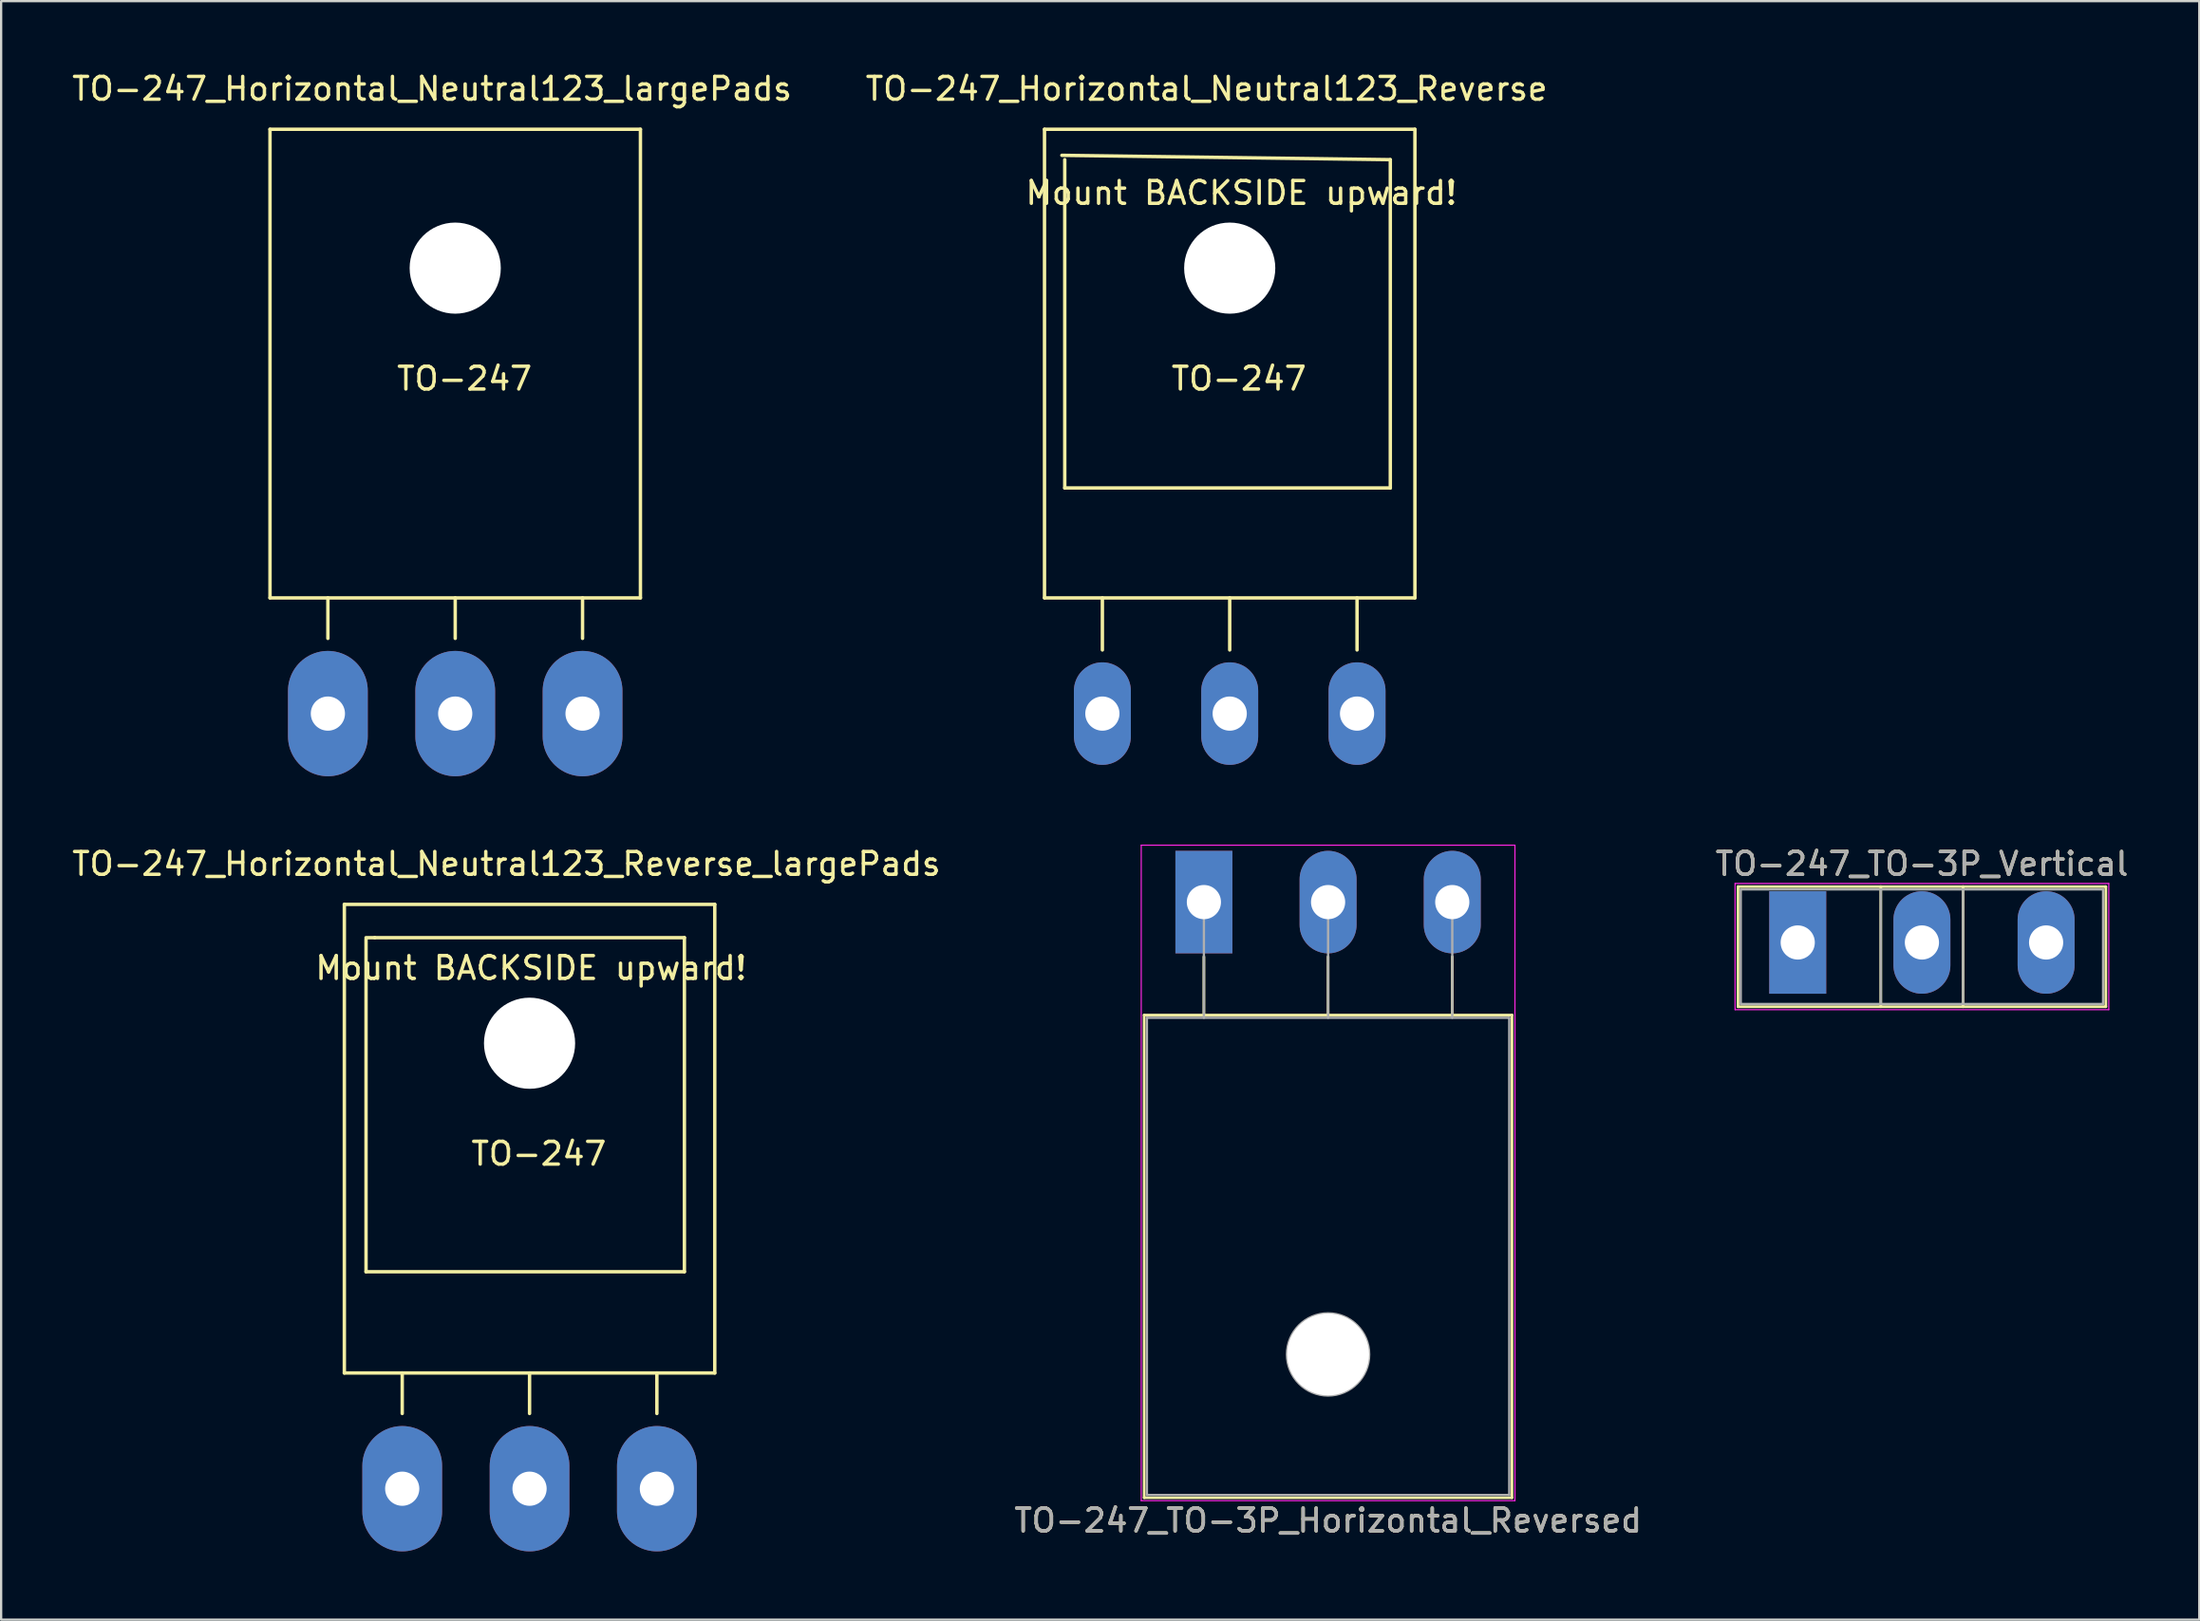
<source format=kicad_pcb>
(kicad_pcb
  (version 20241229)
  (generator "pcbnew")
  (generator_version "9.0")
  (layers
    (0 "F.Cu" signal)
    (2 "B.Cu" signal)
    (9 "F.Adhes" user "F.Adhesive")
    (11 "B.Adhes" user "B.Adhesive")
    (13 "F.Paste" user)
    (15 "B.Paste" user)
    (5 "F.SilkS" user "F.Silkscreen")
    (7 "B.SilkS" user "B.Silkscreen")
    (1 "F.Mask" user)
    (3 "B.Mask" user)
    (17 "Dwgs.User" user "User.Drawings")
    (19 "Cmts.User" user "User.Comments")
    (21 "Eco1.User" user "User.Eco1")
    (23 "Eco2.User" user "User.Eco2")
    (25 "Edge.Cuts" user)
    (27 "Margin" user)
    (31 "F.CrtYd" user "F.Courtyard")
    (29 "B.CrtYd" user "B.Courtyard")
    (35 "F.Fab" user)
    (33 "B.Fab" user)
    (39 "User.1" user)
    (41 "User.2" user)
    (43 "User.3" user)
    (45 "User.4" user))
  (footprint "TO-247_Horizontal_Neutral123_Reverse"
    (layer "F.Cu")
    (at 50.915 28.28)
    (property "Reference" "TO-247_Horizontal_Neutral123_Reverse" (at -1.016 -27.432 0) (layer "F.SilkS") (effects (font (size 1 1) (thickness 0.15))))
    (attr through_hole)
    (fp_line (start -8.128 -25.654) (end -8.128 -5.08) (stroke (width 0.15) (type solid)) (layer "F.SilkS"))
    (fp_line (start -8.128 -5.08) (end 8.128 -5.08) (stroke (width 0.15) (type solid)) (layer "F.SilkS"))
    (fp_line (start -7.366 -24.511) (end 7.048 -24.32) (stroke (width 0.15) (type solid)) (layer "F.SilkS"))
    (fp_line (start -7.239 -9.906) (end -7.239 -24.32) (stroke (width 0.15) (type solid)) (layer "F.SilkS"))
    (fp_line (start -5.588 -2.794) (end -5.588 -5.08) (stroke (width 0.15) (type solid)) (layer "F.SilkS"))
    (fp_line (start 0 -2.794) (end 0 -5.08) (stroke (width 0.15) (type solid)) (layer "F.SilkS"))
    (fp_line (start 5.588 -2.794) (end 5.588 -5.08) (stroke (width 0.15) (type solid)) (layer "F.SilkS"))
    (fp_line (start 7.048 -24.32) (end 7.048 -9.906) (stroke (width 0.15) (type solid)) (layer "F.SilkS"))
    (fp_line (start 7.048 -9.906) (end -7.239 -9.906) (stroke (width 0.15) (type solid)) (layer "F.SilkS"))
    (fp_line (start 8.128 -25.654) (end -8.128 -25.654) (stroke (width 0.15) (type solid)) (layer "F.SilkS"))
    (fp_line (start 8.128 -25.654) (end 8.128 -5.08) (stroke (width 0.15) (type solid)) (layer "F.SilkS"))
    (fp_circle (center 0 -19.558) (end 1.778 -19.558) (stroke (width 0.15) (type solid)) (fill no) (layer "F.SilkS"))
    (fp_text user "TO-247" (at 0.406 -14.707 0) (layer "F.SilkS") (effects (font (size 1 1) (thickness 0.15))))
    (fp_text user "Mount BACKSIDE upward!" (at 0.508 -22.86 0) (layer "F.SilkS") (effects (font (size 1 1) (thickness 0.15))))
    (pad "" np_thru_hole circle (at 0 -19.558) (size 4 4) (drill 4) (layers "*.Cu" "*.Mask"))
    (pad "1" thru_hole oval (at 5.588 0 90) (size 4.501 2.499) (drill 1.501) (layers "*.Cu" "*.Mask"))
    (pad "2" thru_hole oval (at 0 0 90) (size 4.501 2.499) (drill 1.501) (layers "*.Cu" "*.Mask"))
    (pad "3" thru_hole oval (at -5.588 0 90) (size 4.501 2.499) (drill 1.501) (layers "*.Cu" "*.Mask")))
  (footprint "TO-247_TO-3P_Horizontal_Reversed"
    (layer "F.Cu")
    (at 49.782 36.556)
    (property "Reference" "TO-247_TO-3P_Horizontal_Reversed" (at 5.45 27.15 0) (layer "F.SilkS") (effects (font (size 1 1) (thickness 0.15))))
    (attr through_hole)
    (fp_line (start -2.62 4.96) (end -2.62 26.15) (stroke (width 0.12) (type solid)) (layer "F.SilkS"))
    (fp_line (start -2.62 4.96) (end 13.52 4.96) (stroke (width 0.12) (type solid)) (layer "F.SilkS"))
    (fp_line (start -2.62 26.15) (end 13.52 26.15) (stroke (width 0.12) (type solid)) (layer "F.SilkS"))
    (fp_line (start 0 2.4) (end 0 4.96) (stroke (width 0.12) (type solid)) (layer "F.SilkS"))
    (fp_line (start 5.45 2.4) (end 5.45 4.96) (stroke (width 0.12) (type solid)) (layer "F.SilkS"))
    (fp_line (start 10.9 2.4) (end 10.9 4.96) (stroke (width 0.12) (type solid)) (layer "F.SilkS"))
    (fp_line (start 13.52 4.96) (end 13.52 26.15) (stroke (width 0.12) (type solid)) (layer "F.SilkS"))
    (fp_line (start -2.75 -2.5) (end -2.75 26.28) (stroke (width 0.05) (type solid)) (layer "F.CrtYd"))
    (fp_line (start -2.75 26.28) (end 13.65 26.28) (stroke (width 0.05) (type solid)) (layer "F.CrtYd"))
    (fp_line (start 13.65 -2.5) (end -2.75 -2.5) (stroke (width 0.05) (type solid)) (layer "F.CrtYd"))
    (fp_line (start 13.65 26.28) (end 13.65 -2.5) (stroke (width 0.05) (type solid)) (layer "F.CrtYd"))
    (fp_line (start -2.5 5.08) (end -2.5 26.03) (stroke (width 0.1) (type solid)) (layer "F.Fab"))
    (fp_line (start -2.5 26.03) (end 13.4 26.03) (stroke (width 0.1) (type solid)) (layer "F.Fab"))
    (fp_line (start 0 5.08) (end 0 0) (stroke (width 0.1) (type solid)) (layer "F.Fab"))
    (fp_line (start 5.45 5.08) (end 5.45 0) (stroke (width 0.1) (type solid)) (layer "F.Fab"))
    (fp_line (start 10.9 5.08) (end 10.9 0) (stroke (width 0.1) (type solid)) (layer "F.Fab"))
    (fp_line (start 13.4 5.08) (end -2.5 5.08) (stroke (width 0.1) (type solid)) (layer "F.Fab"))
    (fp_line (start 13.4 26.03) (end 13.4 5.08) (stroke (width 0.1) (type solid)) (layer "F.Fab"))
    (fp_circle (center 5.45 19.86) (end 7.255 19.86) (stroke (width 0.1) (type solid)) (fill no) (layer "F.Fab"))
    (fp_text user "${REFERENCE}" (at 5.45 27.15 0) (layer "F.Fab") (effects (font (size 1 1) (thickness 0.15))))
    (pad "" np_thru_hole oval (at 5.45 19.86) (size 3.6 3.6) (drill 3.6) (layers "*.Cu" "*.Mask"))
    (pad "1" thru_hole rect (at 0 0) (size 2.5 4.5) (drill 1.5) (layers "*.Cu" "*.Mask"))
    (pad "2" thru_hole oval (at 5.45 0) (size 2.5 4.5) (drill 1.5) (layers "*.Cu" "*.Mask"))
    (pad "3" thru_hole oval (at 10.9 0) (size 2.5 4.5) (drill 1.5) (layers "*.Cu" "*.Mask")))
  (footprint "TO-247_Horizontal_Neutral123_largePads"
    (layer "F.Cu")
    (at 16.927 28.28)
    (property "Reference" "TO-247_Horizontal_Neutral123_largePads" (at -1.016 -27.432 0) (layer "F.SilkS") (effects (font (size 1 1) (thickness 0.15))))
    (attr through_hole)
    (fp_line (start -8.128 -25.654) (end 8.128 -25.654) (stroke (width 0.15) (type solid)) (layer "F.SilkS"))
    (fp_line (start -8.128 -5.08) (end -8.128 -25.654) (stroke (width 0.15) (type solid)) (layer "F.SilkS"))
    (fp_line (start -5.588 -3.302) (end -5.588 -5.08) (stroke (width 0.15) (type solid)) (layer "F.SilkS"))
    (fp_line (start 0 -3.302) (end 0 -5.08) (stroke (width 0.15) (type solid)) (layer "F.SilkS"))
    (fp_line (start 5.588 -3.302) (end 5.588 -5.08) (stroke (width 0.15) (type solid)) (layer "F.SilkS"))
    (fp_line (start 8.128 -25.654) (end 8.128 -5.08) (stroke (width 0.15) (type solid)) (layer "F.SilkS"))
    (fp_line (start 8.128 -5.08) (end -8.128 -5.08) (stroke (width 0.15) (type solid)) (layer "F.SilkS"))
    (fp_circle (center 0 -19.558) (end 1.778 -19.558) (stroke (width 0.15) (type solid)) (fill no) (layer "F.SilkS"))
    (fp_text user "TO-247" (at 0.406 -14.707 0) (layer "F.SilkS") (effects (font (size 1 1) (thickness 0.15))))
    (pad "" np_thru_hole circle (at 0 -19.558) (size 4 4) (drill 4) (layers "*.Cu" "*.Mask"))
    (pad "1" thru_hole oval (at -5.588 0 90) (size 5.502 3.5) (drill 1.501) (layers "*.Cu" "*.Mask"))
    (pad "2" thru_hole oval (at 0 0 90) (size 5.502 3.5) (drill 1.501) (layers "*.Cu" "*.Mask"))
    (pad "3" thru_hole oval (at 5.588 0 90) (size 5.502 3.5) (drill 1.501) (layers "*.Cu" "*.Mask")))
  (footprint "TO-247_Horizontal_Neutral123_Reverse_largePads"
    (layer "F.Cu")
    (at 20.189 62.311)
    (property "Reference" "TO-247_Horizontal_Neutral123_Reverse_largePads" (at -1.016 -27.432 0) (layer "F.SilkS") (effects (font (size 1 1) (thickness 0.15))))
    (attr through_hole)
    (fp_line (start -8.128 -25.654) (end -8.128 -5.08) (stroke (width 0.15) (type solid)) (layer "F.SilkS"))
    (fp_line (start -8.128 -5.08) (end 8.128 -5.08) (stroke (width 0.15) (type solid)) (layer "F.SilkS"))
    (fp_line (start -7.176 -9.525) (end -7.176 -24.13) (stroke (width 0.15) (type solid)) (layer "F.SilkS"))
    (fp_line (start -6.795 -24.194) (end -7.176 -24.194) (stroke (width 0.15) (type solid)) (layer "F.SilkS"))
    (fp_line (start -6.795 -24.194) (end 6.795 -24.194) (stroke (width 0.15) (type solid)) (layer "F.SilkS"))
    (fp_line (start -5.588 -3.302) (end -5.588 -5.08) (stroke (width 0.15) (type solid)) (layer "F.SilkS"))
    (fp_line (start 0 -5.08) (end 0 -3.302) (stroke (width 0.15) (type solid)) (layer "F.SilkS"))
    (fp_line (start 5.588 -5.08) (end 5.588 -3.302) (stroke (width 0.15) (type solid)) (layer "F.SilkS"))
    (fp_line (start 6.795 -24.194) (end 6.795 -9.525) (stroke (width 0.15) (type solid)) (layer "F.SilkS"))
    (fp_line (start 6.795 -9.525) (end -7.176 -9.525) (stroke (width 0.15) (type solid)) (layer "F.SilkS"))
    (fp_line (start 8.128 -25.654) (end -8.128 -25.654) (stroke (width 0.15) (type solid)) (layer "F.SilkS"))
    (fp_line (start 8.128 -25.654) (end 8.128 -5.08) (stroke (width 0.15) (type solid)) (layer "F.SilkS"))
    (fp_circle (center 0 -19.558) (end 1.778 -19.558) (stroke (width 0.15) (type solid)) (fill no) (layer "F.SilkS"))
    (fp_text user "Mount BACKSIDE upward!" (at 0.064 -22.86 0) (layer "F.SilkS") (effects (font (size 1 1) (thickness 0.15))))
    (fp_text user "TO-247" (at 0.406 -14.707 0) (layer "F.SilkS") (effects (font (size 1 1) (thickness 0.15))))
    (pad "" np_thru_hole circle (at 0 -19.558) (size 4 4) (drill 4) (layers "*.Cu" "*.Mask"))
    (pad "1" thru_hole oval (at 5.588 0 90) (size 5.502 3.5) (drill 1.501) (layers "*.Cu" "*.Mask"))
    (pad "2" thru_hole oval (at 0 0 90) (size 5.502 3.498) (drill 1.501) (layers "*.Cu" "*.Mask"))
    (pad "3" thru_hole oval (at -5.588 0 90) (size 5.502 3.5) (drill 1.501) (layers "*.Cu" "*.Mask")))
  (footprint "TO-247_TO-3P_Vertical"
    (layer "F.Cu")
    (at 75.842 38.329)
    (property "Reference" "TO-247_TO-3P_Vertical" (at 5.45 -3.45 0) (layer "F.SilkS") (effects (font (size 1 1) (thickness 0.15))))
    (attr through_hole)
    (fp_line (start -2.62 -2.451) (end -2.62 2.82) (stroke (width 0.12) (type solid)) (layer "F.SilkS"))
    (fp_line (start -2.62 -2.451) (end 13.52 -2.451) (stroke (width 0.12) (type solid)) (layer "F.SilkS"))
    (fp_line (start -2.62 2.82) (end 13.52 2.82) (stroke (width 0.12) (type solid)) (layer "F.SilkS"))
    (fp_line (start 3.646 -2.451) (end 3.646 2.82) (stroke (width 0.12) (type solid)) (layer "F.SilkS"))
    (fp_line (start 7.255 -2.451) (end 7.255 2.82) (stroke (width 0.12) (type solid)) (layer "F.SilkS"))
    (fp_line (start 13.52 -2.451) (end 13.52 2.82) (stroke (width 0.12) (type solid)) (layer "F.SilkS"))
    (fp_line (start -2.75 -2.59) (end -2.75 2.95) (stroke (width 0.05) (type solid)) (layer "F.CrtYd"))
    (fp_line (start -2.75 2.95) (end 13.65 2.95) (stroke (width 0.05) (type solid)) (layer "F.CrtYd"))
    (fp_line (start 13.65 -2.59) (end -2.75 -2.59) (stroke (width 0.05) (type solid)) (layer "F.CrtYd"))
    (fp_line (start 13.65 2.95) (end 13.65 -2.59) (stroke (width 0.05) (type solid)) (layer "F.CrtYd"))
    (fp_line (start -2.5 -2.33) (end -2.5 2.7) (stroke (width 0.1) (type solid)) (layer "F.Fab"))
    (fp_line (start -2.5 2.7) (end 13.4 2.7) (stroke (width 0.1) (type solid)) (layer "F.Fab"))
    (fp_line (start 3.645 -2.33) (end 3.645 2.7) (stroke (width 0.1) (type solid)) (layer "F.Fab"))
    (fp_line (start 7.255 -2.33) (end 7.255 2.7) (stroke (width 0.1) (type solid)) (layer "F.Fab"))
    (fp_line (start 13.4 -2.33) (end -2.5 -2.33) (stroke (width 0.1) (type solid)) (layer "F.Fab"))
    (fp_line (start 13.4 2.7) (end 13.4 -2.33) (stroke (width 0.1) (type solid)) (layer "F.Fab"))
    (fp_text user "${REFERENCE}" (at 5.45 -3.45 0) (layer "F.Fab") (effects (font (size 1 1) (thickness 0.15))))
    (pad "1" thru_hole rect (at 0 0) (size 2.5 4.5) (drill 1.5) (layers "*.Cu" "*.Mask"))
    (pad "2" thru_hole oval (at 5.45 0) (size 2.5 4.5) (drill 1.5) (layers "*.Cu" "*.Mask"))
    (pad "3" thru_hole oval (at 10.9 0) (size 2.5 4.5) (drill 1.5) (layers "*.Cu" "*.Mask")))
  (gr_rect
    (start -3 -3)
    (end 93.464 68.062)
    (stroke (width 0.1) (type default))
    (fill no)
    (layer "Edge.Cuts")))
</source>
